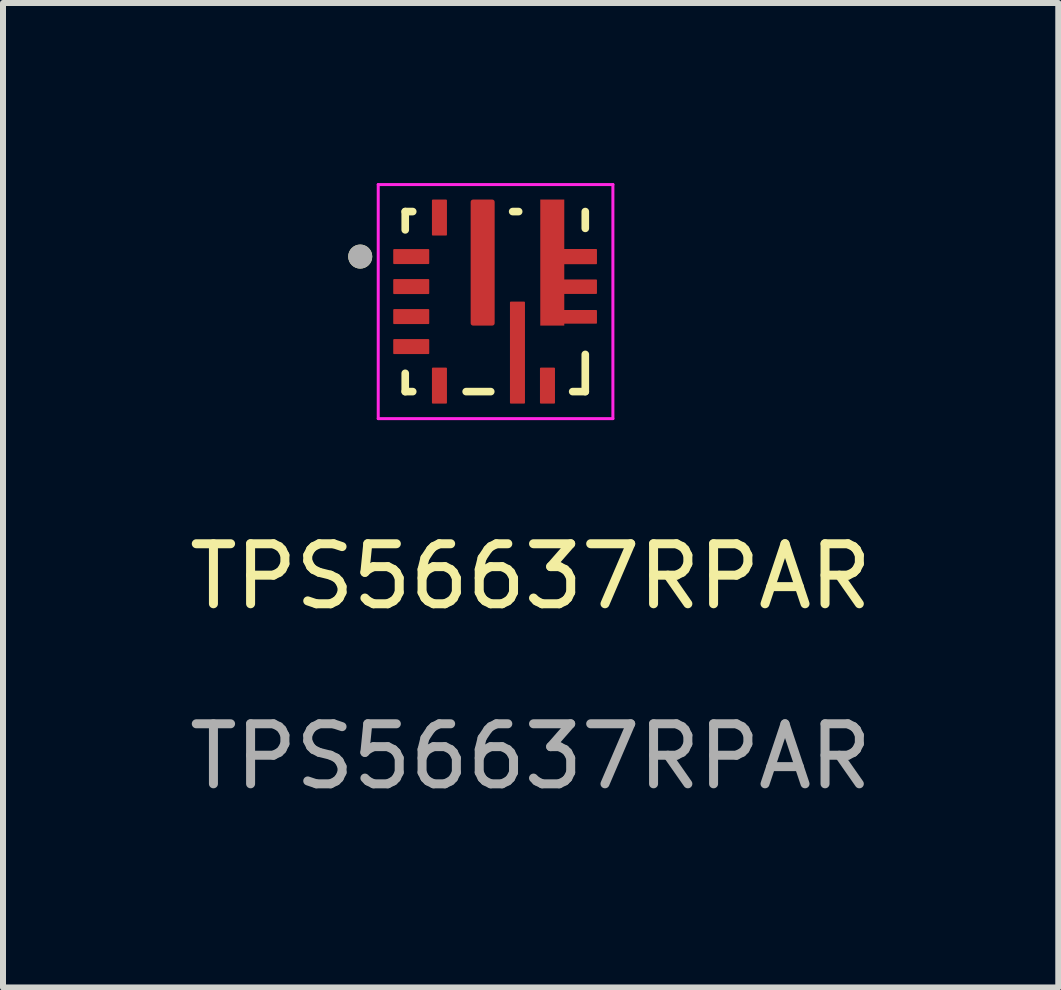
<source format=kicad_pcb>
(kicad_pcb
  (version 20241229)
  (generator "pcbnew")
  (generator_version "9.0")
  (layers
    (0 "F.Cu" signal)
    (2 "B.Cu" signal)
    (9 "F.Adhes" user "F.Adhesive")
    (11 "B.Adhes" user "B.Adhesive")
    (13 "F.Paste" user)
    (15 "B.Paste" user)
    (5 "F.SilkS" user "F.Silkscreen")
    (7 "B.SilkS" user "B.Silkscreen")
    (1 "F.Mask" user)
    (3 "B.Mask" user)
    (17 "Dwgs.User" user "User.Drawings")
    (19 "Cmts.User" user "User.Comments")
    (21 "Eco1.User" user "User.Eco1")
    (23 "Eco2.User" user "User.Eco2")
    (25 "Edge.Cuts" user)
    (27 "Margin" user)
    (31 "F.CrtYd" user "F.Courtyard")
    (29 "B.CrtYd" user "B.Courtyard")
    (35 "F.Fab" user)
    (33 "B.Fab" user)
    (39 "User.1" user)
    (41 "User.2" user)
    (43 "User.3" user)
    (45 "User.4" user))
  (footprint "TPS56637RPAR"
    (layer "F.Cu")
    (at 5.792 7.055)
    (property "Reference" "TPS56637RPAR" (at 0 -0.5 0) (unlocked yes) (layer "F.SilkS") (effects (font (size 1 1) (thickness 0.15))))
    (attr smd)
    (fp_poly (pts (xy 0.06 -6.73) (xy 0.06 -4.73) (xy 0.06 -4.722) (xy 0.061 -4.714) (xy 0.062 -4.707) (xy 0.063 -4.699) (xy 0.065 -4.691) (xy 0.067 -4.684) (xy 0.07 -4.676) (xy 0.073 -4.669) (xy 0.076 -4.662) (xy 0.08 -4.655) (xy 0.084 -4.648) (xy 0.089 -4.642) (xy 0.093 -4.636) (xy 0.099 -4.63) (xy 0.104 -4.624) (xy 0.11 -4.619) (xy 0.116 -4.613) (xy 0.122 -4.609) (xy 0.128 -4.604) (xy 0.135 -4.6) (xy 0.142 -4.596) (xy 0.149 -4.593) (xy 0.156 -4.59) (xy 0.164 -4.587) (xy 0.171 -4.585) (xy 0.179 -4.583) (xy 0.187 -4.582) (xy 0.194 -4.581) (xy 0.202 -4.58) (xy 0.21 -4.58) (xy 0.66 -4.58) (xy 0.66 -4.605) (xy 1.07 -4.605) (xy 1.077 -4.606) (xy 1.086 -4.607) (xy 1.094 -4.609) (xy 1.102 -4.611) (xy 1.111 -4.613) (xy 1.119 -4.616) (xy 1.126 -4.62) (xy 1.134 -4.624) (xy 1.141 -4.628) (xy 1.149 -4.632) (xy 1.156 -4.637) (xy 1.162 -4.643) (xy 1.169 -4.648) (xy 1.175 -4.654) (xy 1.181 -4.661) (xy 1.186 -4.667) (xy 1.191 -4.674) (xy 1.196 -4.681) (xy 1.2 -4.688) (xy 1.204 -4.696) (xy 1.208 -4.704) (xy 1.211 -4.712) (xy 1.213 -4.72) (xy 1.216 -4.728) (xy 1.217 -4.736) (xy 1.219 -4.745) (xy 1.22 -4.753) (xy 1.22 -4.762) (xy 1.22 -4.77) (xy 1.22 -4.78) (xy 1.22 -4.88) (xy 1.22 -4.89) (xy 1.22 -4.898) (xy 1.22 -4.907) (xy 1.219 -4.915) (xy 1.217 -4.924) (xy 1.216 -4.932) (xy 1.213 -4.94) (xy 1.211 -4.948) (xy 1.208 -4.956) (xy 1.204 -4.964) (xy 1.2 -4.972) (xy 1.196 -4.979) (xy 1.191 -4.986) (xy 1.186 -4.993) (xy 1.181 -4.999) (xy 1.175 -5.006) (xy 1.169 -5.012) (xy 1.162 -5.017) (xy 1.156 -5.023) (xy 1.149 -5.028) (xy 1.141 -5.032) (xy 1.134 -5.036) (xy 1.126 -5.04) (xy 1.119 -5.044) (xy 1.111 -5.047) (xy 1.102 -5.049) (xy 1.094 -5.051) (xy 1.086 -5.053) (xy 1.077 -5.054) (xy 1.07 -5.055) (xy 0.66 -5.055) (xy 0.66 -5.105) (xy 1.07 -5.105) (xy 1.078 -5.105) (xy 1.086 -5.106) (xy 1.093 -5.107) (xy 1.101 -5.108) (xy 1.109 -5.11) (xy 1.116 -5.112) (xy 1.124 -5.115) (xy 1.131 -5.118) (xy 1.138 -5.121) (xy 1.145 -5.125) (xy 1.152 -5.129) (xy 1.158 -5.134) (xy 1.164 -5.138) (xy 1.17 -5.144) (xy 1.176 -5.149) (xy 1.181 -5.155) (xy 1.187 -5.161) (xy 1.191 -5.167) (xy 1.196 -5.173) (xy 1.2 -5.18) (xy 1.204 -5.187) (xy 1.207 -5.194) (xy 1.21 -5.201) (xy 1.213 -5.209) (xy 1.215 -5.216) (xy 1.217 -5.224) (xy 1.218 -5.232) (xy 1.219 -5.239) (xy 1.22 -5.247) (xy 1.22 -5.255) (xy 1.22 -5.405) (xy 1.22 -5.413) (xy 1.219 -5.421) (xy 1.218 -5.428) (xy 1.217 -5.436) (xy 1.215 -5.444) (xy 1.213 -5.451) (xy 1.21 -5.459) (xy 1.207 -5.466) (xy 1.204 -5.473) (xy 1.2 -5.48) (xy 1.196 -5.487) (xy 1.191 -5.493) (xy 1.187 -5.499) (xy 1.181 -5.505) (xy 1.176 -5.511) (xy 1.17 -5.516) (xy 1.164 -5.522) (xy 1.158 -5.526) (xy 1.152 -5.531) (xy 1.145 -5.535) (xy 1.138 -5.539) (xy 1.131 -5.542) (xy 1.124 -5.545) (xy 1.116 -5.548) (xy 1.109 -5.55) (xy 1.101 -5.552) (xy 1.093 -5.553) (xy 1.086 -5.554) (xy 1.078 -5.555) (xy 1.07 -5.555) (xy 0.66 -5.555) (xy 0.66 -5.605) (xy 1.07 -5.605) (xy 1.078 -5.605) (xy 1.086 -5.606) (xy 1.093 -5.607) (xy 1.101 -5.608) (xy 1.109 -5.61) (xy 1.116 -5.612) (xy 1.124 -5.615) (xy 1.131 -5.618) (xy 1.138 -5.621) (xy 1.145 -5.625) (xy 1.152 -5.629) (xy 1.158 -5.634) (xy 1.164 -5.638) (xy 1.17 -5.644) (xy 1.176 -5.649) (xy 1.181 -5.655) (xy 1.187 -5.661) (xy 1.191 -5.667) (xy 1.196 -5.673) (xy 1.2 -5.68) (xy 1.204 -5.687) (xy 1.207 -5.694) (xy 1.21 -5.701) (xy 1.213 -5.709) (xy 1.215 -5.716) (xy 1.217 -5.724) (xy 1.218 -5.732) (xy 1.219 -5.739) (xy 1.22 -5.747) (xy 1.22 -5.755) (xy 1.22 -5.905) (xy 1.22 -5.913) (xy 1.219 -5.921) (xy 1.218 -5.928) (xy 1.217 -5.936) (xy 1.215 -5.944) (xy 1.213 -5.951) (xy 1.21 -5.959) (xy 1.207 -5.966) (xy 1.204 -5.973) (xy 1.2 -5.98) (xy 1.196 -5.987) (xy 1.191 -5.993) (xy 1.187 -5.999) (xy 1.181 -6.005) (xy 1.176 -6.011) (xy 1.17 -6.016) (xy 1.164 -6.022) (xy 1.158 -6.026) (xy 1.152 -6.031) (xy 1.145 -6.035) (xy 1.138 -6.039) (xy 1.131 -6.042) (xy 1.124 -6.045) (xy 1.116 -6.048) (xy 1.109 -6.05) (xy 1.101 -6.052) (xy 1.093 -6.053) (xy 1.086 -6.054) (xy 1.078 -6.055) (xy 1.07 -6.055) (xy 0.66 -6.055) (xy 0.66 -6.73) (xy 0.66 -6.738) (xy 0.659 -6.746) (xy 0.658 -6.753) (xy 0.657 -6.761) (xy 0.655 -6.769) (xy 0.653 -6.776) (xy 0.65 -6.784) (xy 0.647 -6.791) (xy 0.644 -6.798) (xy 0.64 -6.805) (xy 0.636 -6.812) (xy 0.631 -6.818) (xy 0.627 -6.824) (xy 0.621 -6.83) (xy 0.616 -6.836) (xy 0.61 -6.841) (xy 0.604 -6.847) (xy 0.598 -6.851) (xy 0.592 -6.856) (xy 0.585 -6.86) (xy 0.578 -6.864) (xy 0.571 -6.867) (xy 0.564 -6.87) (xy 0.556 -6.873) (xy 0.549 -6.875) (xy 0.541 -6.877) (xy 0.533 -6.878) (xy 0.526 -6.879) (xy 0.518 -6.88) (xy 0.51 -6.88) (xy 0.21 -6.88) (xy 0.202 -6.88) (xy 0.194 -6.879) (xy 0.187 -6.878) (xy 0.179 -6.877) (xy 0.171 -6.875) (xy 0.164 -6.873) (xy 0.156 -6.87) (xy 0.149 -6.867) (xy 0.142 -6.864) (xy 0.135 -6.86) (xy 0.128 -6.856) (xy 0.122 -6.851) (xy 0.116 -6.847) (xy 0.11 -6.841) (xy 0.104 -6.836) (xy 0.099 -6.83) (xy 0.093 -6.824) (xy 0.089 -6.818) (xy 0.084 -6.812) (xy 0.08 -6.805) (xy 0.076 -6.798) (xy 0.073 -6.791) (xy 0.07 -6.784) (xy 0.067 -6.776) (xy 0.065 -6.769) (xy 0.063 -6.761) (xy 0.062 -6.753) (xy 0.061 -6.746) (xy 0.06 -6.738) (xy 0.06 -6.73)) (stroke (width 0.01) (type solid)) (fill yes) (layer "F.Mask"))
    (fp_line (start -2.09 -6.58) (end -2.09 -6.275) (stroke (width 0.127) (type solid)) (layer "F.SilkS"))
    (fp_line (start -2.09 -3.58) (end -2.09 -3.885) (stroke (width 0.127) (type solid)) (layer "F.SilkS"))
    (fp_line (start -1.965 -6.58) (end -2.09 -6.58) (stroke (width 0.127) (type solid)) (layer "F.SilkS"))
    (fp_line (start -1.965 -3.58) (end -2.09 -3.58) (stroke (width 0.127) (type solid)) (layer "F.SilkS"))
    (fp_line (start -1.075 -3.58) (end -0.665 -3.58) (stroke (width 0.127) (type solid)) (layer "F.SilkS"))
    (fp_line (start -0.2 -6.58) (end -0.3 -6.58) (stroke (width 0.127) (type solid)) (layer "F.SilkS"))
    (fp_line (start 0.7 -3.58) (end 0.91 -3.58) (stroke (width 0.127) (type solid)) (layer "F.SilkS"))
    (fp_line (start 0.91 -6.3) (end 0.91 -6.58) (stroke (width 0.127) (type solid)) (layer "F.SilkS"))
    (fp_line (start 0.91 -3.58) (end 0.91 -4.2) (stroke (width 0.127) (type solid)) (layer "F.SilkS"))
    (fp_circle (center -2.84 -5.83) (end -2.74 -5.83) (stroke (width 0.2) (type solid)) (fill no) (layer "F.SilkS"))
    (fp_poly (pts (xy -1 -6.73) (xy -1 -5.88) (xy -1 -5.877) (xy -1 -5.875) (xy -0.999 -5.872) (xy -0.999 -5.87) (xy -0.998 -5.867) (xy -0.998 -5.865) (xy -0.997 -5.862) (xy -0.996 -5.86) (xy -0.995 -5.857) (xy -0.993 -5.855) (xy -0.992 -5.853) (xy -0.99 -5.851) (xy -0.989 -5.849) (xy -0.987 -5.847) (xy -0.985 -5.845) (xy -0.983 -5.843) (xy -0.981 -5.841) (xy -0.979 -5.84) (xy -0.977 -5.838) (xy -0.975 -5.837) (xy -0.973 -5.835) (xy -0.97 -5.834) (xy -0.968 -5.833) (xy -0.965 -5.832) (xy -0.963 -5.832) (xy -0.96 -5.831) (xy -0.958 -5.831) (xy -0.955 -5.83) (xy -0.953 -5.83) (xy -0.95 -5.83) (xy -0.65 -5.83) (xy -0.647 -5.83) (xy -0.645 -5.83) (xy -0.642 -5.831) (xy -0.64 -5.831) (xy -0.637 -5.832) (xy -0.635 -5.832) (xy -0.632 -5.833) (xy -0.63 -5.834) (xy -0.627 -5.835) (xy -0.625 -5.837) (xy -0.623 -5.838) (xy -0.621 -5.84) (xy -0.619 -5.841) (xy -0.617 -5.843) (xy -0.615 -5.845) (xy -0.613 -5.847) (xy -0.611 -5.849) (xy -0.61 -5.851) (xy -0.608 -5.853) (xy -0.607 -5.855) (xy -0.605 -5.857) (xy -0.604 -5.86) (xy -0.603 -5.862) (xy -0.602 -5.865) (xy -0.602 -5.867) (xy -0.601 -5.87) (xy -0.601 -5.872) (xy -0.6 -5.875) (xy -0.6 -5.877) (xy -0.6 -5.88) (xy -0.6 -6.73) (xy -0.6 -6.733) (xy -0.6 -6.735) (xy -0.601 -6.738) (xy -0.601 -6.74) (xy -0.602 -6.743) (xy -0.602 -6.745) (xy -0.603 -6.748) (xy -0.604 -6.75) (xy -0.605 -6.753) (xy -0.607 -6.755) (xy -0.608 -6.757) (xy -0.61 -6.759) (xy -0.611 -6.761) (xy -0.613 -6.763) (xy -0.615 -6.765) (xy -0.617 -6.767) (xy -0.619 -6.769) (xy -0.621 -6.77) (xy -0.623 -6.772) (xy -0.625 -6.773) (xy -0.627 -6.775) (xy -0.63 -6.776) (xy -0.632 -6.777) (xy -0.635 -6.778) (xy -0.637 -6.778) (xy -0.64 -6.779) (xy -0.642 -6.779) (xy -0.645 -6.78) (xy -0.647 -6.78) (xy -0.65 -6.78) (xy -0.95 -6.78) (xy -0.953 -6.78) (xy -0.955 -6.78) (xy -0.958 -6.779) (xy -0.96 -6.779) (xy -0.963 -6.778) (xy -0.965 -6.778) (xy -0.968 -6.777) (xy -0.97 -6.776) (xy -0.973 -6.775) (xy -0.975 -6.773) (xy -0.977 -6.772) (xy -0.979 -6.77) (xy -0.981 -6.769) (xy -0.983 -6.767) (xy -0.985 -6.765) (xy -0.987 -6.763) (xy -0.989 -6.761) (xy -0.99 -6.759) (xy -0.992 -6.757) (xy -0.993 -6.755) (xy -0.995 -6.753) (xy -0.996 -6.75) (xy -0.997 -6.748) (xy -0.998 -6.745) (xy -0.998 -6.743) (xy -0.999 -6.74) (xy -0.999 -6.738) (xy -1 -6.735) (xy -1 -6.733) (xy -1 -6.73)) (stroke (width 0.01) (type solid)) (fill yes) (layer "F.Paste"))
    (fp_poly (pts (xy -1 -5.58) (xy -1 -4.73) (xy -1 -4.727) (xy -1 -4.725) (xy -0.999 -4.722) (xy -0.999 -4.72) (xy -0.998 -4.717) (xy -0.998 -4.715) (xy -0.997 -4.712) (xy -0.996 -4.71) (xy -0.995 -4.707) (xy -0.993 -4.705) (xy -0.992 -4.703) (xy -0.99 -4.701) (xy -0.989 -4.699) (xy -0.987 -4.697) (xy -0.985 -4.695) (xy -0.983 -4.693) (xy -0.981 -4.691) (xy -0.979 -4.69) (xy -0.977 -4.688) (xy -0.975 -4.687) (xy -0.973 -4.685) (xy -0.97 -4.684) (xy -0.968 -4.683) (xy -0.965 -4.682) (xy -0.963 -4.682) (xy -0.96 -4.681) (xy -0.958 -4.681) (xy -0.955 -4.68) (xy -0.953 -4.68) (xy -0.95 -4.68) (xy -0.65 -4.68) (xy -0.647 -4.68) (xy -0.645 -4.68) (xy -0.642 -4.681) (xy -0.64 -4.681) (xy -0.637 -4.682) (xy -0.635 -4.682) (xy -0.632 -4.683) (xy -0.63 -4.684) (xy -0.627 -4.685) (xy -0.625 -4.687) (xy -0.623 -4.688) (xy -0.621 -4.69) (xy -0.619 -4.691) (xy -0.617 -4.693) (xy -0.615 -4.695) (xy -0.613 -4.697) (xy -0.611 -4.699) (xy -0.61 -4.701) (xy -0.608 -4.703) (xy -0.607 -4.705) (xy -0.605 -4.707) (xy -0.604 -4.71) (xy -0.603 -4.712) (xy -0.602 -4.715) (xy -0.602 -4.717) (xy -0.601 -4.72) (xy -0.601 -4.722) (xy -0.6 -4.725) (xy -0.6 -4.727) (xy -0.6 -4.73) (xy -0.6 -5.58) (xy -0.6 -5.583) (xy -0.6 -5.585) (xy -0.601 -5.588) (xy -0.601 -5.59) (xy -0.602 -5.593) (xy -0.602 -5.595) (xy -0.603 -5.598) (xy -0.604 -5.6) (xy -0.605 -5.603) (xy -0.607 -5.605) (xy -0.608 -5.607) (xy -0.61 -5.609) (xy -0.611 -5.611) (xy -0.613 -5.613) (xy -0.615 -5.615) (xy -0.617 -5.617) (xy -0.619 -5.619) (xy -0.621 -5.62) (xy -0.623 -5.622) (xy -0.625 -5.623) (xy -0.627 -5.625) (xy -0.63 -5.626) (xy -0.632 -5.627) (xy -0.635 -5.628) (xy -0.637 -5.628) (xy -0.64 -5.629) (xy -0.642 -5.629) (xy -0.645 -5.63) (xy -0.647 -5.63) (xy -0.65 -5.63) (xy -0.95 -5.63) (xy -0.953 -5.63) (xy -0.955 -5.63) (xy -0.958 -5.629) (xy -0.96 -5.629) (xy -0.963 -5.628) (xy -0.965 -5.628) (xy -0.968 -5.627) (xy -0.97 -5.626) (xy -0.973 -5.625) (xy -0.975 -5.623) (xy -0.977 -5.622) (xy -0.979 -5.62) (xy -0.981 -5.619) (xy -0.983 -5.617) (xy -0.985 -5.615) (xy -0.987 -5.613) (xy -0.989 -5.611) (xy -0.99 -5.609) (xy -0.992 -5.607) (xy -0.993 -5.605) (xy -0.995 -5.603) (xy -0.996 -5.6) (xy -0.997 -5.598) (xy -0.998 -5.595) (xy -0.998 -5.593) (xy -0.999 -5.59) (xy -0.999 -5.588) (xy -1 -5.585) (xy -1 -5.583) (xy -1 -5.58)) (stroke (width 0.01) (type solid)) (fill yes) (layer "F.Paste"))
    (fp_poly (pts (xy -0.345 -5.03) (xy -0.345 -4.38) (xy -0.345 -4.377) (xy -0.345 -4.375) (xy -0.344 -4.372) (xy -0.344 -4.37) (xy -0.343 -4.367) (xy -0.343 -4.365) (xy -0.342 -4.362) (xy -0.341 -4.36) (xy -0.34 -4.357) (xy -0.338 -4.355) (xy -0.337 -4.353) (xy -0.335 -4.351) (xy -0.334 -4.349) (xy -0.332 -4.347) (xy -0.33 -4.345) (xy -0.328 -4.343) (xy -0.326 -4.341) (xy -0.324 -4.34) (xy -0.322 -4.338) (xy -0.32 -4.337) (xy -0.318 -4.335) (xy -0.315 -4.334) (xy -0.313 -4.333) (xy -0.31 -4.332) (xy -0.308 -4.332) (xy -0.305 -4.331) (xy -0.303 -4.331) (xy -0.3 -4.33) (xy -0.298 -4.33) (xy -0.295 -4.33) (xy -0.135 -4.33) (xy -0.133 -4.33) (xy -0.131 -4.331) (xy -0.128 -4.331) (xy -0.126 -4.332) (xy -0.124 -4.333) (xy -0.122 -4.334) (xy -0.119 -4.335) (xy -0.117 -4.336) (xy -0.115 -4.337) (xy -0.113 -4.338) (xy -0.112 -4.34) (xy -0.11 -4.341) (xy -0.108 -4.343) (xy -0.106 -4.345) (xy -0.105 -4.347) (xy -0.103 -4.348) (xy -0.102 -4.35) (xy -0.101 -4.352) (xy -0.1 -4.354) (xy -0.099 -4.357) (xy -0.098 -4.359) (xy -0.097 -4.361) (xy -0.096 -4.363) (xy -0.096 -4.366) (xy -0.095 -4.368) (xy -0.095 -4.37) (xy -0.095 -4.373) (xy -0.095 -4.375) (xy -0.095 -4.377) (xy -0.095 -4.38) (xy -0.095 -5.03) (xy -0.095 -5.033) (xy -0.095 -5.035) (xy -0.095 -5.037) (xy -0.095 -5.04) (xy -0.095 -5.042) (xy -0.096 -5.044) (xy -0.096 -5.047) (xy -0.097 -5.049) (xy -0.098 -5.051) (xy -0.099 -5.053) (xy -0.1 -5.056) (xy -0.101 -5.058) (xy -0.102 -5.06) (xy -0.103 -5.062) (xy -0.105 -5.063) (xy -0.106 -5.065) (xy -0.108 -5.067) (xy -0.11 -5.069) (xy -0.112 -5.07) (xy -0.113 -5.072) (xy -0.115 -5.073) (xy -0.117 -5.074) (xy -0.119 -5.075) (xy -0.122 -5.076) (xy -0.124 -5.077) (xy -0.126 -5.078) (xy -0.128 -5.079) (xy -0.131 -5.079) (xy -0.133 -5.08) (xy -0.135 -5.08) (xy -0.295 -5.08) (xy -0.298 -5.08) (xy -0.3 -5.08) (xy -0.303 -5.079) (xy -0.305 -5.079) (xy -0.308 -5.078) (xy -0.31 -5.078) (xy -0.313 -5.077) (xy -0.315 -5.076) (xy -0.318 -5.075) (xy -0.32 -5.073) (xy -0.322 -5.072) (xy -0.324 -5.07) (xy -0.326 -5.069) (xy -0.328 -5.067) (xy -0.33 -5.065) (xy -0.332 -5.063) (xy -0.334 -5.061) (xy -0.335 -5.059) (xy -0.337 -5.057) (xy -0.338 -5.055) (xy -0.34 -5.053) (xy -0.341 -5.05) (xy -0.342 -5.048) (xy -0.343 -5.045) (xy -0.343 -5.043) (xy -0.344 -5.04) (xy -0.344 -5.038) (xy -0.345 -5.035) (xy -0.345 -5.033) (xy -0.345 -5.03)) (stroke (width 0.01) (type solid)) (fill yes) (layer "F.Paste"))
    (fp_poly (pts (xy -0.345 -4.08) (xy -0.345 -3.43) (xy -0.345 -3.427) (xy -0.345 -3.425) (xy -0.344 -3.422) (xy -0.344 -3.42) (xy -0.343 -3.417) (xy -0.343 -3.415) (xy -0.342 -3.412) (xy -0.341 -3.41) (xy -0.34 -3.407) (xy -0.338 -3.405) (xy -0.337 -3.403) (xy -0.335 -3.401) (xy -0.334 -3.399) (xy -0.332 -3.397) (xy -0.33 -3.395) (xy -0.328 -3.393) (xy -0.326 -3.391) (xy -0.324 -3.39) (xy -0.322 -3.388) (xy -0.32 -3.387) (xy -0.318 -3.385) (xy -0.315 -3.384) (xy -0.313 -3.383) (xy -0.31 -3.382) (xy -0.308 -3.382) (xy -0.305 -3.381) (xy -0.303 -3.381) (xy -0.3 -3.38) (xy -0.298 -3.38) (xy -0.295 -3.38) (xy -0.135 -3.38) (xy -0.133 -3.38) (xy -0.131 -3.381) (xy -0.128 -3.381) (xy -0.126 -3.382) (xy -0.124 -3.383) (xy -0.122 -3.384) (xy -0.119 -3.385) (xy -0.117 -3.386) (xy -0.115 -3.387) (xy -0.113 -3.388) (xy -0.112 -3.39) (xy -0.11 -3.391) (xy -0.108 -3.393) (xy -0.106 -3.395) (xy -0.105 -3.397) (xy -0.103 -3.398) (xy -0.102 -3.4) (xy -0.101 -3.402) (xy -0.1 -3.404) (xy -0.099 -3.407) (xy -0.098 -3.409) (xy -0.097 -3.411) (xy -0.096 -3.413) (xy -0.096 -3.416) (xy -0.095 -3.418) (xy -0.095 -3.42) (xy -0.095 -3.423) (xy -0.095 -3.425) (xy -0.095 -3.427) (xy -0.095 -3.43) (xy -0.095 -4.08) (xy -0.095 -4.083) (xy -0.095 -4.085) (xy -0.095 -4.087) (xy -0.095 -4.09) (xy -0.095 -4.092) (xy -0.096 -4.094) (xy -0.096 -4.097) (xy -0.097 -4.099) (xy -0.098 -4.101) (xy -0.099 -4.103) (xy -0.1 -4.106) (xy -0.101 -4.108) (xy -0.102 -4.11) (xy -0.103 -4.112) (xy -0.105 -4.113) (xy -0.106 -4.115) (xy -0.108 -4.117) (xy -0.11 -4.119) (xy -0.112 -4.12) (xy -0.113 -4.122) (xy -0.115 -4.123) (xy -0.117 -4.124) (xy -0.119 -4.125) (xy -0.122 -4.126) (xy -0.124 -4.127) (xy -0.126 -4.128) (xy -0.128 -4.129) (xy -0.131 -4.129) (xy -0.133 -4.13) (xy -0.135 -4.13) (xy -0.295 -4.13) (xy -0.298 -4.13) (xy -0.3 -4.13) (xy -0.303 -4.129) (xy -0.305 -4.129) (xy -0.308 -4.128) (xy -0.31 -4.128) (xy -0.313 -4.127) (xy -0.315 -4.126) (xy -0.318 -4.125) (xy -0.32 -4.123) (xy -0.322 -4.122) (xy -0.324 -4.12) (xy -0.326 -4.119) (xy -0.328 -4.117) (xy -0.33 -4.115) (xy -0.332 -4.113) (xy -0.334 -4.111) (xy -0.335 -4.109) (xy -0.337 -4.107) (xy -0.338 -4.105) (xy -0.34 -4.103) (xy -0.341 -4.1) (xy -0.342 -4.098) (xy -0.343 -4.095) (xy -0.343 -4.093) (xy -0.344 -4.09) (xy -0.344 -4.088) (xy -0.345 -4.085) (xy -0.345 -4.083) (xy -0.345 -4.08)) (stroke (width 0.01) (type solid)) (fill yes) (layer "F.Paste"))
    (fp_poly (pts (xy 0.16 -6.73) (xy 0.16 -4.73) (xy 0.16 -4.727) (xy 0.16 -4.725) (xy 0.161 -4.722) (xy 0.161 -4.72) (xy 0.162 -4.717) (xy 0.162 -4.715) (xy 0.163 -4.712) (xy 0.164 -4.71) (xy 0.165 -4.707) (xy 0.167 -4.705) (xy 0.168 -4.703) (xy 0.17 -4.701) (xy 0.171 -4.699) (xy 0.173 -4.697) (xy 0.175 -4.695) (xy 0.177 -4.693) (xy 0.179 -4.691) (xy 0.181 -4.69) (xy 0.183 -4.688) (xy 0.185 -4.687) (xy 0.187 -4.685) (xy 0.19 -4.684) (xy 0.192 -4.683) (xy 0.195 -4.682) (xy 0.197 -4.682) (xy 0.2 -4.681) (xy 0.202 -4.681) (xy 0.205 -4.68) (xy 0.207 -4.68) (xy 0.21 -4.68) (xy 0.56 -4.68) (xy 0.56 -4.705) (xy 1.07 -4.705) (xy 1.073 -4.706) (xy 1.076 -4.707) (xy 1.079 -4.708) (xy 1.082 -4.709) (xy 1.085 -4.71) (xy 1.088 -4.712) (xy 1.091 -4.713) (xy 1.094 -4.715) (xy 1.097 -4.717) (xy 1.099 -4.719) (xy 1.102 -4.722) (xy 1.104 -4.724) (xy 1.106 -4.727) (xy 1.108 -4.729) (xy 1.11 -4.732) (xy 1.112 -4.735) (xy 1.114 -4.738) (xy 1.115 -4.741) (xy 1.117 -4.744) (xy 1.118 -4.747) (xy 1.119 -4.75) (xy 1.12 -4.753) (xy 1.12 -4.756) (xy 1.121 -4.76) (xy 1.121 -4.763) (xy 1.121 -4.766) (xy 1.121 -4.77) (xy 1.121 -4.773) (xy 1.121 -4.776) (xy 1.12 -4.78) (xy 1.12 -4.88) (xy 1.121 -4.884) (xy 1.121 -4.887) (xy 1.121 -4.89) (xy 1.121 -4.894) (xy 1.121 -4.897) (xy 1.121 -4.9) (xy 1.12 -4.904) (xy 1.12 -4.907) (xy 1.119 -4.91) (xy 1.118 -4.913) (xy 1.117 -4.916) (xy 1.115 -4.919) (xy 1.114 -4.922) (xy 1.112 -4.925) (xy 1.11 -4.928) (xy 1.108 -4.931) (xy 1.106 -4.933) (xy 1.104 -4.936) (xy 1.102 -4.938) (xy 1.099 -4.941) (xy 1.097 -4.943) (xy 1.094 -4.945) (xy 1.091 -4.947) (xy 1.088 -4.948) (xy 1.085 -4.95) (xy 1.082 -4.951) (xy 1.079 -4.952) (xy 1.076 -4.953) (xy 1.073 -4.954) (xy 1.07 -4.955) (xy 0.56 -4.955) (xy 0.56 -5.205) (xy 1.07 -5.205) (xy 1.073 -5.205) (xy 1.075 -5.205) (xy 1.078 -5.206) (xy 1.08 -5.206) (xy 1.083 -5.207) (xy 1.085 -5.207) (xy 1.088 -5.208) (xy 1.09 -5.209) (xy 1.093 -5.21) (xy 1.095 -5.212) (xy 1.097 -5.213) (xy 1.099 -5.215) (xy 1.101 -5.216) (xy 1.103 -5.218) (xy 1.105 -5.22) (xy 1.107 -5.222) (xy 1.109 -5.224) (xy 1.11 -5.226) (xy 1.112 -5.228) (xy 1.113 -5.23) (xy 1.115 -5.232) (xy 1.116 -5.235) (xy 1.117 -5.237) (xy 1.118 -5.24) (xy 1.118 -5.242) (xy 1.119 -5.245) (xy 1.119 -5.247) (xy 1.12 -5.25) (xy 1.12 -5.252) (xy 1.12 -5.255) (xy 1.12 -5.405) (xy 1.12 -5.408) (xy 1.12 -5.41) (xy 1.119 -5.413) (xy 1.119 -5.415) (xy 1.118 -5.418) (xy 1.118 -5.42) (xy 1.117 -5.423) (xy 1.116 -5.425) (xy 1.115 -5.428) (xy 1.113 -5.43) (xy 1.112 -5.432) (xy 1.11 -5.434) (xy 1.109 -5.436) (xy 1.107 -5.438) (xy 1.105 -5.44) (xy 1.103 -5.442) (xy 1.101 -5.444) (xy 1.099 -5.445) (xy 1.097 -5.447) (xy 1.095 -5.448) (xy 1.093 -5.45) (xy 1.09 -5.451) (xy 1.088 -5.452) (xy 1.085 -5.453) (xy 1.083 -5.453) (xy 1.08 -5.454) (xy 1.078 -5.454) (xy 1.075 -5.455) (xy 1.073 -5.455) (xy 1.07 -5.455) (xy 0.56 -5.455) (xy 0.56 -5.705) (xy 1.07 -5.705) (xy 1.073 -5.705) (xy 1.075 -5.705) (xy 1.078 -5.706) (xy 1.08 -5.706) (xy 1.083 -5.707) (xy 1.085 -5.707) (xy 1.088 -5.708) (xy 1.09 -5.709) (xy 1.093 -5.71) (xy 1.095 -5.712) (xy 1.097 -5.713) (xy 1.099 -5.715) (xy 1.101 -5.716) (xy 1.103 -5.718) (xy 1.105 -5.72) (xy 1.107 -5.722) (xy 1.109 -5.724) (xy 1.11 -5.726) (xy 1.112 -5.728) (xy 1.113 -5.73) (xy 1.115 -5.732) (xy 1.116 -5.735) (xy 1.117 -5.737) (xy 1.118 -5.74) (xy 1.118 -5.742) (xy 1.119 -5.745) (xy 1.119 -5.747) (xy 1.12 -5.75) (xy 1.12 -5.752) (xy 1.12 -5.755) (xy 1.12 -5.905) (xy 1.12 -5.908) (xy 1.12 -5.91) (xy 1.119 -5.913) (xy 1.119 -5.915) (xy 1.118 -5.918) (xy 1.118 -5.92) (xy 1.117 -5.923) (xy 1.116 -5.925) (xy 1.115 -5.928) (xy 1.113 -5.93) (xy 1.112 -5.932) (xy 1.11 -5.934) (xy 1.109 -5.936) (xy 1.107 -5.938) (xy 1.105 -5.94) (xy 1.103 -5.942) (xy 1.101 -5.944) (xy 1.099 -5.945) (xy 1.097 -5.947) (xy 1.095 -5.948) (xy 1.093 -5.95) (xy 1.09 -5.951) (xy 1.088 -5.952) (xy 1.085 -5.953) (xy 1.083 -5.953) (xy 1.08 -5.954) (xy 1.078 -5.954) (xy 1.075 -5.955) (xy 1.073 -5.955) (xy 1.07 -5.955) (xy 0.56 -5.955) (xy 0.56 -6.73) (xy 0.56 -6.733) (xy 0.56 -6.735) (xy 0.559 -6.738) (xy 0.559 -6.74) (xy 0.558 -6.743) (xy 0.558 -6.745) (xy 0.557 -6.748) (xy 0.556 -6.75) (xy 0.555 -6.753) (xy 0.553 -6.755) (xy 0.552 -6.757) (xy 0.55 -6.759) (xy 0.549 -6.761) (xy 0.547 -6.763) (xy 0.545 -6.765) (xy 0.543 -6.767) (xy 0.541 -6.769) (xy 0.539 -6.77) (xy 0.537 -6.772) (xy 0.535 -6.773) (xy 0.533 -6.775) (xy 0.53 -6.776) (xy 0.528 -6.777) (xy 0.525 -6.778) (xy 0.523 -6.778) (xy 0.52 -6.779) (xy 0.518 -6.779) (xy 0.515 -6.78) (xy 0.513 -6.78) (xy 0.51 -6.78) (xy 0.21 -6.78) (xy 0.207 -6.78) (xy 0.205 -6.78) (xy 0.202 -6.779) (xy 0.2 -6.779) (xy 0.197 -6.778) (xy 0.195 -6.778) (xy 0.192 -6.777) (xy 0.19 -6.776) (xy 0.187 -6.775) (xy 0.185 -6.773) (xy 0.183 -6.772) (xy 0.181 -6.77) (xy 0.179 -6.769) (xy 0.177 -6.767) (xy 0.175 -6.765) (xy 0.173 -6.763) (xy 0.171 -6.761) (xy 0.17 -6.759) (xy 0.168 -6.757) (xy 0.167 -6.755) (xy 0.165 -6.753) (xy 0.164 -6.75) (xy 0.163 -6.748) (xy 0.162 -6.745) (xy 0.162 -6.743) (xy 0.161 -6.74) (xy 0.161 -6.738) (xy 0.16 -6.735) (xy 0.16 -6.733) (xy 0.16 -6.73)) (stroke (width 0.01) (type solid)) (fill yes) (layer "F.Paste"))
    (fp_line (start -2.54 -7.03) (end -2.54 -3.13) (stroke (width 0.05) (type solid)) (layer "F.CrtYd"))
    (fp_line (start -2.54 -3.13) (end 1.37 -3.13) (stroke (width 0.05) (type solid)) (layer "F.CrtYd"))
    (fp_line (start 1.37 -7.03) (end -2.54 -7.03) (stroke (width 0.05) (type solid)) (layer "F.CrtYd"))
    (fp_line (start 1.37 -3.13) (end 1.37 -7.03) (stroke (width 0.05) (type solid)) (layer "F.CrtYd"))
    (fp_circle (center -2.84 -5.83) (end -2.74 -5.83) (stroke (width 0.2) (type solid)) (fill no) (layer "F.Fab"))
    (fp_text user "${REFERENCE}" (at 0 2.5 0) (unlocked yes) (layer "F.Fab") (effects (font (size 1 1) (thickness 0.15))))
    (pad "1" smd roundrect (at -1.99 -5.83) (size 0.6 0.25) (layers "F.Cu" "F.Mask" "F.Paste") (roundrect_rratio 0.06))
    (pad "2" smd roundrect (at -1.99 -5.33) (size 0.6 0.25) (layers "F.Cu" "F.Mask" "F.Paste") (roundrect_rratio 0.06))
    (pad "3" smd roundrect (at -1.99 -4.83) (size 0.6 0.25) (layers "F.Cu" "F.Mask" "F.Paste") (roundrect_rratio 0.06))
    (pad "4" smd roundrect (at -1.99 -4.33) (size 0.6 0.25) (layers "F.Cu" "F.Mask" "F.Paste") (roundrect_rratio 0.06))
    (pad "5" smd roundrect (at -1.52 -3.68 90) (size 0.6 0.25) (layers "F.Cu" "F.Mask" "F.Paste") (roundrect_rratio 0.06))
    (pad "6" smd roundrect (at -0.22 -4.23 90) (size 1.7 0.25) (layers "F.Cu" "F.Mask") (roundrect_rratio 0.06))
    (pad "7" smd roundrect (at 0.28 -3.68 90) (size 0.6 0.25) (layers "F.Cu" "F.Mask" "F.Paste") (roundrect_rratio 0.06))
    (pad "8" smd custom (at 0.36 -5.73 90) (size 2.1 0.4) (layers "F.Cu") (options (anchor rect)) (primitives (gr_rect (start -0.51 0.072) (end -0.294 0.732) (width 0.025) (fill yes)) (gr_rect (start -1.006 0.072) (end -0.803 0.732) (width 0.025) (fill yes)) (gr_rect (start -0.015 0.072) (end 0.214 0.732) (width 0.025) (fill yes))))
    (pad "9" smd roundrect (at -0.8 -5.73 90) (size 2.1 0.4) (layers "F.Cu" "F.Mask") (roundrect_rratio 0.1))
    (pad "10" smd roundrect (at -1.52 -6.48 90) (size 0.6 0.25) (layers "F.Cu" "F.Mask" "F.Paste") (roundrect_rratio 0.06)))
  (gr_rect
    (start -3 -3)
    (end 14.583 13.403)
    (stroke (width 0.1) (type default))
    (fill no)
    (layer "Edge.Cuts")))
</source>
